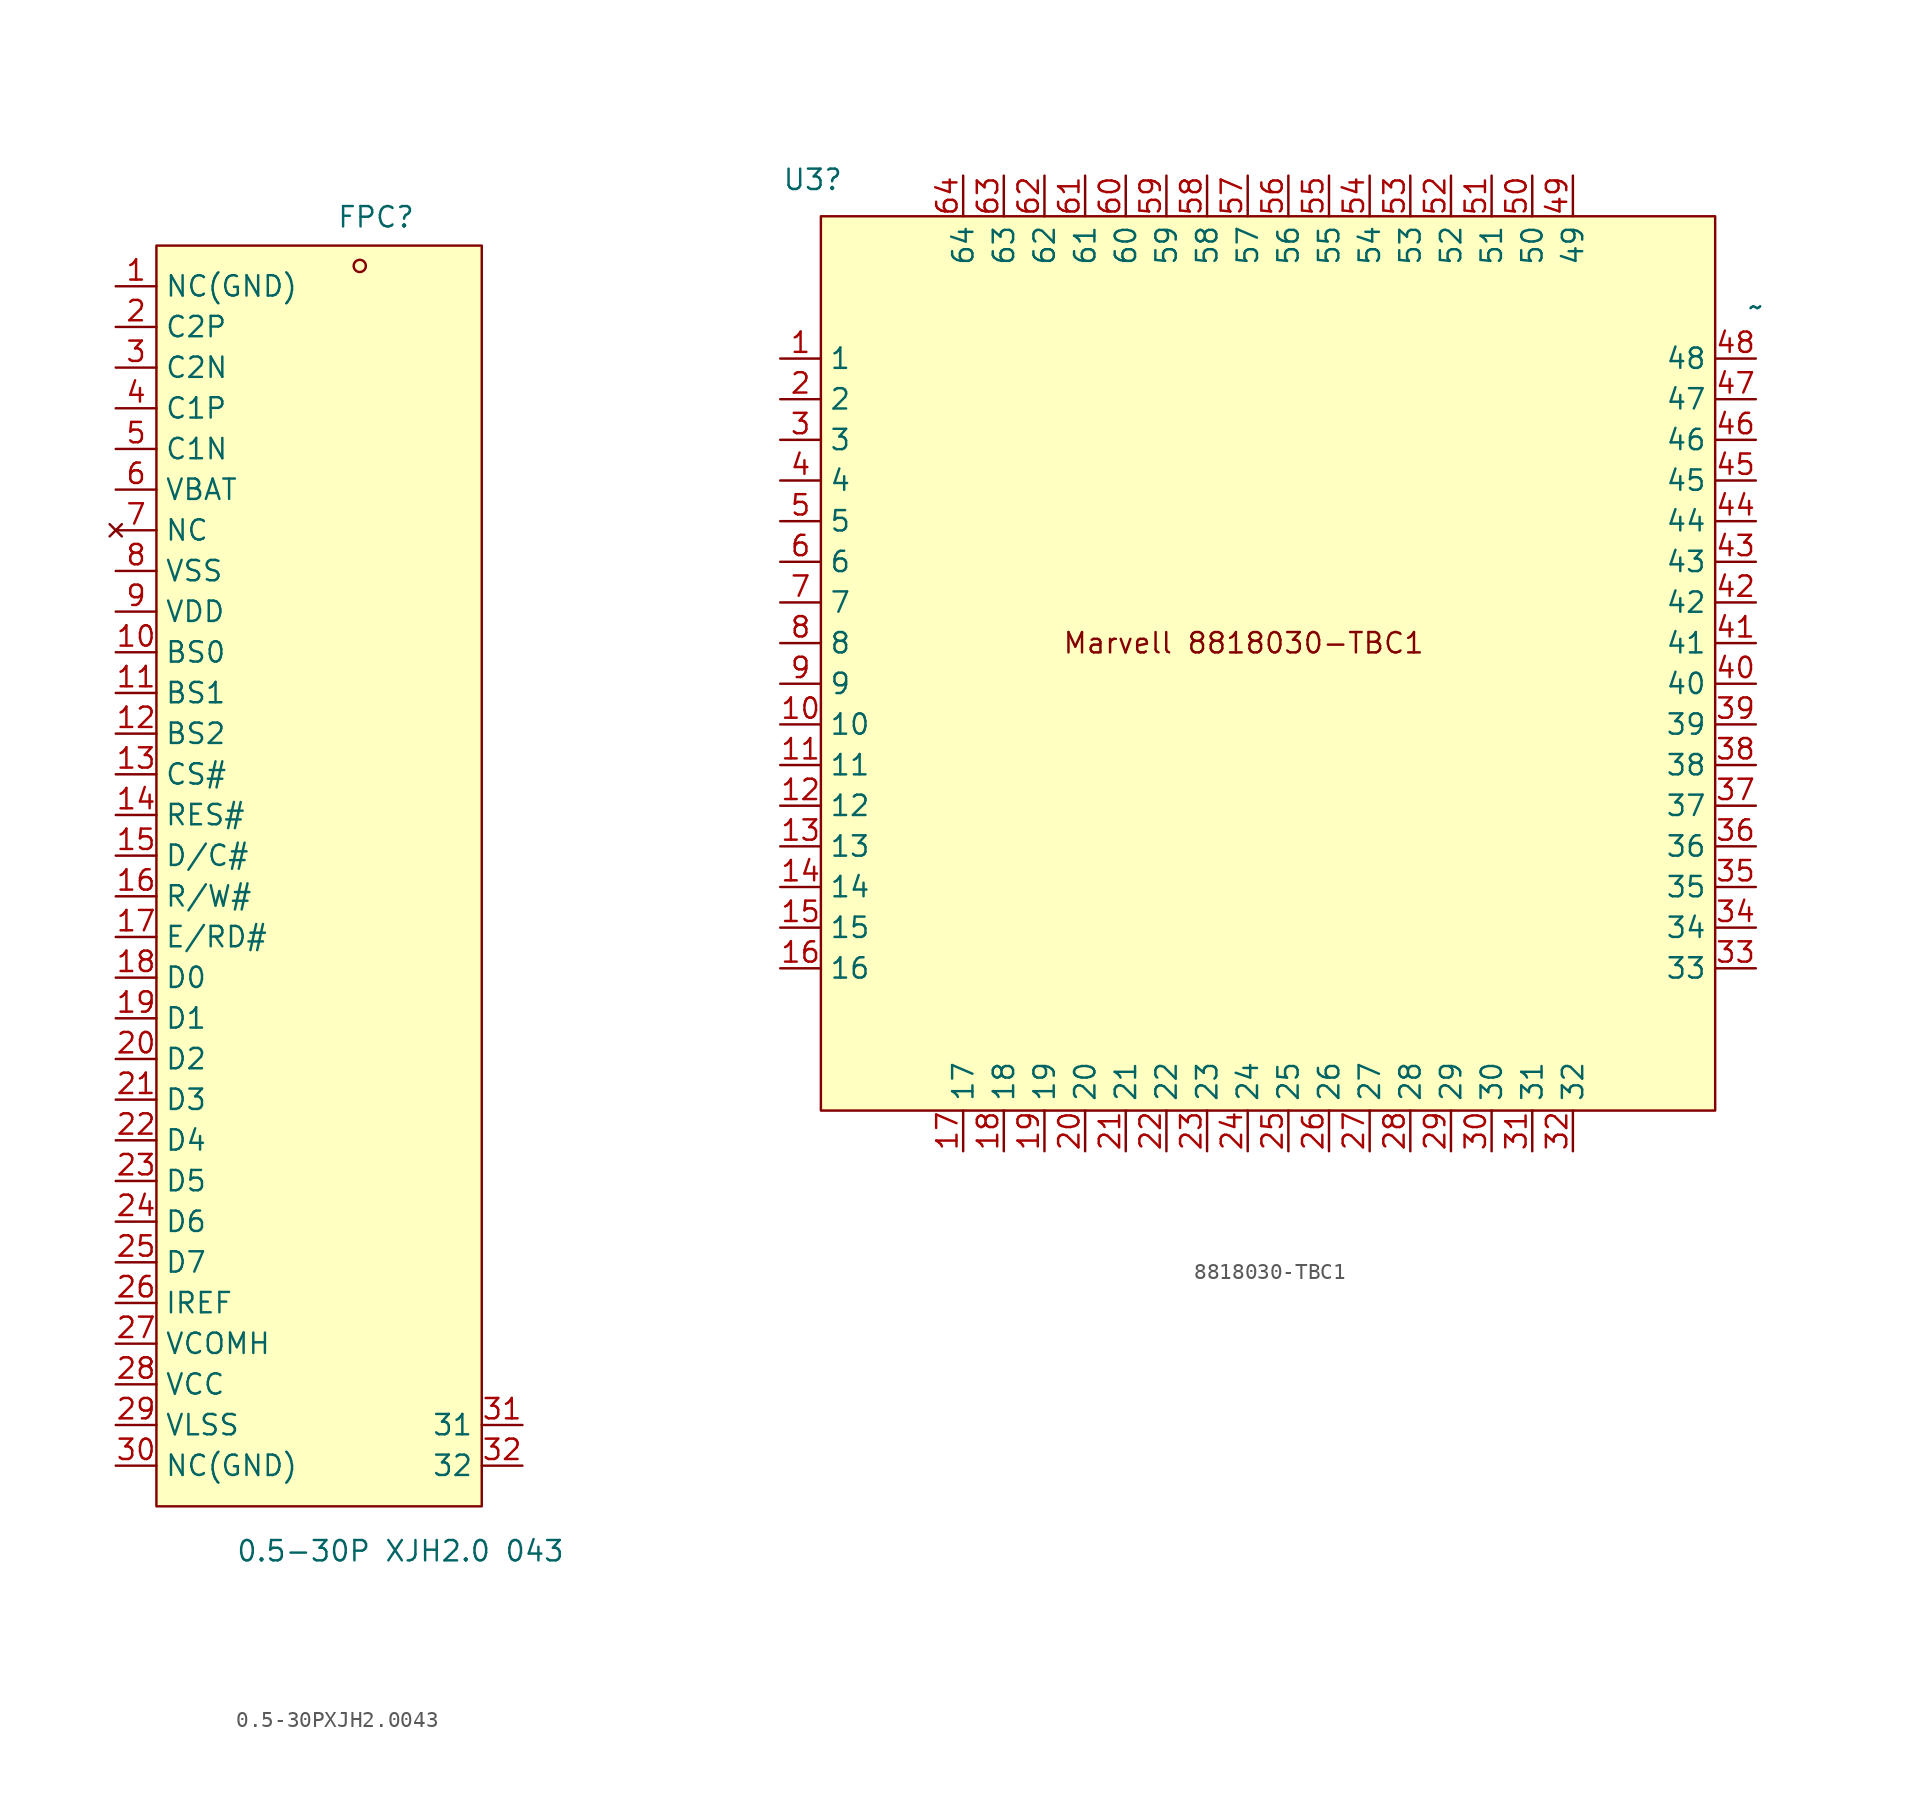
<source format=kicad_sym>
(kicad_symbol_lib
  (version 20241209)
  (generator "kicad_symbol_editor")
  (generator_version "9.0")
  (symbol "0.5-30PXJH2.0043"
    (property "Reference" "FPC"
      (at 2.286 41.148 0)
      (effects (font (size 1.27 1.27))))
    (property "Value" "0.5-30P XJH2.0 043"
      (at 3.81 -42.164 0)
      (effects (font (size 1.27 1.27))))
    (symbol "0.5-30PXJH2.0043_0_1"
      (rectangle (start -11.43 39.37) (end 8.89 -39.37) (stroke (width 0) (type default)) (fill (type background)))
      (circle (center 1.27 38.1) (radius 0.38) (stroke (width 0) (type default)) (fill (type none)))
      (pin unspecified line (at 11.43 -36.83 180) (length 2.54) (name "32" (effects (font (size 1.27 1.27)))) (number "32" (effects (font (size 1.27 1.27))))))
    (symbol "0.5-30PXJH2.0043_1_1"
      (pin unspecified line (at -13.97 36.83 0) (length 2.54) (name "NC(GND)" (effects (font (size 1.27 1.27)))) (number "1" (effects (font (size 1.27 1.27)))))
      (pin unspecified line (at -13.97 34.29 0) (length 2.54) (name "C2P" (effects (font (size 1.27 1.27)))) (number "2" (effects (font (size 1.27 1.27)))))
      (pin unspecified line (at -13.97 31.75 0) (length 2.54) (name "C2N" (effects (font (size 1.27 1.27)))) (number "3" (effects (font (size 1.27 1.27)))))
      (pin unspecified line (at -13.97 29.21 0) (length 2.54) (name "C1P" (effects (font (size 1.27 1.27)))) (number "4" (effects (font (size 1.27 1.27)))))
      (pin unspecified line (at -13.97 26.67 0) (length 2.54) (name "C1N" (effects (font (size 1.27 1.27)))) (number "5" (effects (font (size 1.27 1.27)))))
      (pin unspecified line (at -13.97 24.13 0) (length 2.54) (name "VBAT" (effects (font (size 1.27 1.27)))) (number "6" (effects (font (size 1.27 1.27)))))
      (pin no_connect line (at -13.97 21.59 0) (length 2.54) (name "NC" (effects (font (size 1.27 1.27)))) (number "7" (effects (font (size 1.27 1.27)))))
      (pin unspecified line (at -13.97 19.05 0) (length 2.54) (name "VSS" (effects (font (size 1.27 1.27)))) (number "8" (effects (font (size 1.27 1.27)))))
      (pin unspecified line (at -13.97 16.51 0) (length 2.54) (name "VDD" (effects (font (size 1.27 1.27)))) (number "9" (effects (font (size 1.27 1.27)))))
      (pin unspecified line (at -13.97 13.97 0) (length 2.54) (name "BS0" (effects (font (size 1.27 1.27)))) (number "10" (effects (font (size 1.27 1.27)))))
      (pin unspecified line (at -13.97 11.43 0) (length 2.54) (name "BS1" (effects (font (size 1.27 1.27)))) (number "11" (effects (font (size 1.27 1.27)))))
      (pin unspecified line (at -13.97 8.89 0) (length 2.54) (name "BS2" (effects (font (size 1.27 1.27)))) (number "12" (effects (font (size 1.27 1.27)))))
      (pin unspecified line (at -13.97 6.35 0) (length 2.54) (name "CS#" (effects (font (size 1.27 1.27)))) (number "13" (effects (font (size 1.27 1.27)))))
      (pin unspecified line (at -13.97 3.81 0) (length 2.54) (name "RES#" (effects (font (size 1.27 1.27)))) (number "14" (effects (font (size 1.27 1.27)))))
      (pin unspecified line (at -13.97 1.27 0) (length 2.54) (name "D/C#" (effects (font (size 1.27 1.27)))) (number "15" (effects (font (size 1.27 1.27)))))
      (pin unspecified line (at -13.97 -1.27 0) (length 2.54) (name "R/W#" (effects (font (size 1.27 1.27)))) (number "16" (effects (font (size 1.27 1.27)))))
      (pin unspecified line (at -13.97 -3.81 0) (length 2.54) (name "E/RD#" (effects (font (size 1.27 1.27)))) (number "17" (effects (font (size 1.27 1.27)))))
      (pin unspecified line (at -13.97 -6.35 0) (length 2.54) (name "D0" (effects (font (size 1.27 1.27)))) (number "18" (effects (font (size 1.27 1.27)))))
      (pin unspecified line (at -13.97 -8.89 0) (length 2.54) (name "D1" (effects (font (size 1.27 1.27)))) (number "19" (effects (font (size 1.27 1.27)))))
      (pin unspecified line (at -13.97 -11.43 0) (length 2.54) (name "D2" (effects (font (size 1.27 1.27)))) (number "20" (effects (font (size 1.27 1.27)))))
      (pin unspecified line (at -13.97 -13.97 0) (length 2.54) (name "D3" (effects (font (size 1.27 1.27)))) (number "21" (effects (font (size 1.27 1.27)))))
      (pin unspecified line (at -13.97 -16.51 0) (length 2.54) (name "D4" (effects (font (size 1.27 1.27)))) (number "22" (effects (font (size 1.27 1.27)))))
      (pin unspecified line (at -13.97 -19.05 0) (length 2.54) (name "D5" (effects (font (size 1.27 1.27)))) (number "23" (effects (font (size 1.27 1.27)))))
      (pin unspecified line (at -13.97 -21.59 0) (length 2.54) (name "D6" (effects (font (size 1.27 1.27)))) (number "24" (effects (font (size 1.27 1.27)))))
      (pin unspecified line (at -13.97 -24.13 0) (length 2.54) (name "D7" (effects (font (size 1.27 1.27)))) (number "25" (effects (font (size 1.27 1.27)))))
      (pin unspecified line (at -13.97 -26.67 0) (length 2.54) (name "IREF" (effects (font (size 1.27 1.27)))) (number "26" (effects (font (size 1.27 1.27)))))
      (pin unspecified line (at -13.97 -29.21 0) (length 2.54) (name "VCOMH" (effects (font (size 1.27 1.27)))) (number "27" (effects (font (size 1.27 1.27)))))
      (pin unspecified line (at -13.97 -31.75 0) (length 2.54) (name "VCC" (effects (font (size 1.27 1.27)))) (number "28" (effects (font (size 1.27 1.27)))))
      (pin unspecified line (at -13.97 -34.29 0) (length 2.54) (name "VLSS" (effects (font (size 1.27 1.27)))) (number "29" (effects (font (size 1.27 1.27)))))
      (pin unspecified line (at -13.97 -36.83 0) (length 2.54) (name "NC(GND)" (effects (font (size 1.27 1.27)))) (number "30" (effects (font (size 1.27 1.27)))))
      (pin passive line (at 11.43 -34.29 180) (length 2.54) (name "31" (effects (font (size 1.27 1.27)))) (number "31" (effects (font (size 1.27 1.27)))))))
  (symbol "8818030-TBC1"
    (property "Reference" "U3"
      (at -27.178 28.956 0)
      (effects (font (size 1.27 1.27))))
    (property "Value" "~"
      (at 31.75 21.025 0)
      (effects (font (size 1.27 1.27))))
    (symbol "8818030-TBC1_1_1"
      (rectangle (start -26.67 26.67) (end 29.21 -29.21) (stroke (width 0) (type solid)) (fill (type background)))
      (text "Marvell 8818030-TBC1" (at -0.254 0 0) (effects (font (size 1.27 1.27))))
      (pin input line (at -29.21 17.78 0) (length 2.54) (name "1" (effects (font (size 1.27 1.27)))) (number "1" (effects (font (size 1.27 1.27)))))
      (pin input line (at -29.21 15.24 0) (length 2.54) (name "2" (effects (font (size 1.27 1.27)))) (number "2" (effects (font (size 1.27 1.27)))))
      (pin input line (at -29.21 12.7 0) (length 2.54) (name "3" (effects (font (size 1.27 1.27)))) (number "3" (effects (font (size 1.27 1.27)))))
      (pin input line (at -29.21 10.16 0) (length 2.54) (name "4" (effects (font (size 1.27 1.27)))) (number "4" (effects (font (size 1.27 1.27)))))
      (pin input line (at -29.21 7.62 0) (length 2.54) (name "5" (effects (font (size 1.27 1.27)))) (number "5" (effects (font (size 1.27 1.27)))))
      (pin input line (at -29.21 5.08 0) (length 2.54) (name "6" (effects (font (size 1.27 1.27)))) (number "6" (effects (font (size 1.27 1.27)))))
      (pin input line (at -29.21 2.54 0) (length 2.54) (name "7" (effects (font (size 1.27 1.27)))) (number "7" (effects (font (size 1.27 1.27)))))
      (pin input line (at -29.21 0 0) (length 2.54) (name "8" (effects (font (size 1.27 1.27)))) (number "8" (effects (font (size 1.27 1.27)))))
      (pin input line (at -29.21 -2.54 0) (length 2.54) (name "9" (effects (font (size 1.27 1.27)))) (number "9" (effects (font (size 1.27 1.27)))))
      (pin input line (at -29.21 -5.08 0) (length 2.54) (name "10" (effects (font (size 1.27 1.27)))) (number "10" (effects (font (size 1.27 1.27)))))
      (pin input line (at -29.21 -7.62 0) (length 2.54) (name "11" (effects (font (size 1.27 1.27)))) (number "11" (effects (font (size 1.27 1.27)))))
      (pin input line (at -29.21 -10.16 0) (length 2.54) (name "12" (effects (font (size 1.27 1.27)))) (number "12" (effects (font (size 1.27 1.27)))))
      (pin input line (at -29.21 -12.7 0) (length 2.54) (name "13" (effects (font (size 1.27 1.27)))) (number "13" (effects (font (size 1.27 1.27)))))
      (pin input line (at -29.21 -15.24 0) (length 2.54) (name "14" (effects (font (size 1.27 1.27)))) (number "14" (effects (font (size 1.27 1.27)))))
      (pin input line (at -29.21 -17.78 0) (length 2.54) (name "15" (effects (font (size 1.27 1.27)))) (number "15" (effects (font (size 1.27 1.27)))))
      (pin input line (at -29.21 -20.32 0) (length 2.54) (name "16" (effects (font (size 1.27 1.27)))) (number "16" (effects (font (size 1.27 1.27)))))
      (pin input line (at -17.78 29.21 270) (length 2.54) (name "64" (effects (font (size 1.27 1.27)))) (number "64" (effects (font (size 1.27 1.27)))))
      (pin input line (at -17.78 -31.75 90) (length 2.54) (name "17" (effects (font (size 1.27 1.27)))) (number "17" (effects (font (size 1.27 1.27)))))
      (pin input line (at -15.24 29.21 270) (length 2.54) (name "63" (effects (font (size 1.27 1.27)))) (number "63" (effects (font (size 1.27 1.27)))))
      (pin input line (at -15.24 -31.75 90) (length 2.54) (name "18" (effects (font (size 1.27 1.27)))) (number "18" (effects (font (size 1.27 1.27)))))
      (pin input line (at -12.7 29.21 270) (length 2.54) (name "62" (effects (font (size 1.27 1.27)))) (number "62" (effects (font (size 1.27 1.27)))))
      (pin input line (at -12.7 -31.75 90) (length 2.54) (name "19" (effects (font (size 1.27 1.27)))) (number "19" (effects (font (size 1.27 1.27)))))
      (pin input line (at -10.16 29.21 270) (length 2.54) (name "61" (effects (font (size 1.27 1.27)))) (number "61" (effects (font (size 1.27 1.27)))))
      (pin input line (at -10.16 -31.75 90) (length 2.54) (name "20" (effects (font (size 1.27 1.27)))) (number "20" (effects (font (size 1.27 1.27)))))
      (pin input line (at -7.62 29.21 270) (length 2.54) (name "60" (effects (font (size 1.27 1.27)))) (number "60" (effects (font (size 1.27 1.27)))))
      (pin input line (at -7.62 -31.75 90) (length 2.54) (name "21" (effects (font (size 1.27 1.27)))) (number "21" (effects (font (size 1.27 1.27)))))
      (pin input line (at -5.08 29.21 270) (length 2.54) (name "59" (effects (font (size 1.27 1.27)))) (number "59" (effects (font (size 1.27 1.27)))))
      (pin input line (at -5.08 -31.75 90) (length 2.54) (name "22" (effects (font (size 1.27 1.27)))) (number "22" (effects (font (size 1.27 1.27)))))
      (pin input line (at -2.54 29.21 270) (length 2.54) (name "58" (effects (font (size 1.27 1.27)))) (number "58" (effects (font (size 1.27 1.27)))))
      (pin input line (at -2.54 -31.75 90) (length 2.54) (name "23" (effects (font (size 1.27 1.27)))) (number "23" (effects (font (size 1.27 1.27)))))
      (pin input line (at 0 29.21 270) (length 2.54) (name "57" (effects (font (size 1.27 1.27)))) (number "57" (effects (font (size 1.27 1.27)))))
      (pin input line (at 0 -31.75 90) (length 2.54) (name "24" (effects (font (size 1.27 1.27)))) (number "24" (effects (font (size 1.27 1.27)))))
      (pin input line (at 2.54 29.21 270) (length 2.54) (name "56" (effects (font (size 1.27 1.27)))) (number "56" (effects (font (size 1.27 1.27)))))
      (pin input line (at 2.54 -31.75 90) (length 2.54) (name "25" (effects (font (size 1.27 1.27)))) (number "25" (effects (font (size 1.27 1.27)))))
      (pin input line (at 5.08 29.21 270) (length 2.54) (name "55" (effects (font (size 1.27 1.27)))) (number "55" (effects (font (size 1.27 1.27)))))
      (pin input line (at 5.08 -31.75 90) (length 2.54) (name "26" (effects (font (size 1.27 1.27)))) (number "26" (effects (font (size 1.27 1.27)))))
      (pin input line (at 7.62 29.21 270) (length 2.54) (name "54" (effects (font (size 1.27 1.27)))) (number "54" (effects (font (size 1.27 1.27)))))
      (pin input line (at 7.62 -31.75 90) (length 2.54) (name "27" (effects (font (size 1.27 1.27)))) (number "27" (effects (font (size 1.27 1.27)))))
      (pin input line (at 10.16 29.21 270) (length 2.54) (name "53" (effects (font (size 1.27 1.27)))) (number "53" (effects (font (size 1.27 1.27)))))
      (pin input line (at 10.16 -31.75 90) (length 2.54) (name "28" (effects (font (size 1.27 1.27)))) (number "28" (effects (font (size 1.27 1.27)))))
      (pin input line (at 12.7 29.21 270) (length 2.54) (name "52" (effects (font (size 1.27 1.27)))) (number "52" (effects (font (size 1.27 1.27)))))
      (pin input line (at 12.7 -31.75 90) (length 2.54) (name "29" (effects (font (size 1.27 1.27)))) (number "29" (effects (font (size 1.27 1.27)))))
      (pin input line (at 15.24 29.21 270) (length 2.54) (name "51" (effects (font (size 1.27 1.27)))) (number "51" (effects (font (size 1.27 1.27)))))
      (pin input line (at 15.24 -31.75 90) (length 2.54) (name "30" (effects (font (size 1.27 1.27)))) (number "30" (effects (font (size 1.27 1.27)))))
      (pin input line (at 17.78 29.21 270) (length 2.54) (name "50" (effects (font (size 1.27 1.27)))) (number "50" (effects (font (size 1.27 1.27)))))
      (pin input line (at 17.78 -31.75 90) (length 2.54) (name "31" (effects (font (size 1.27 1.27)))) (number "31" (effects (font (size 1.27 1.27)))))
      (pin input line (at 20.32 29.21 270) (length 2.54) (name "49" (effects (font (size 1.27 1.27)))) (number "49" (effects (font (size 1.27 1.27)))))
      (pin input line (at 20.32 -31.75 90) (length 2.54) (name "32" (effects (font (size 1.27 1.27)))) (number "32" (effects (font (size 1.27 1.27)))))
      (pin input line (at 31.75 17.78 180) (length 2.54) (name "48" (effects (font (size 1.27 1.27)))) (number "48" (effects (font (size 1.27 1.27)))))
      (pin input line (at 31.75 15.24 180) (length 2.54) (name "47" (effects (font (size 1.27 1.27)))) (number "47" (effects (font (size 1.27 1.27)))))
      (pin input line (at 31.75 12.7 180) (length 2.54) (name "46" (effects (font (size 1.27 1.27)))) (number "46" (effects (font (size 1.27 1.27)))))
      (pin input line (at 31.75 10.16 180) (length 2.54) (name "45" (effects (font (size 1.27 1.27)))) (number "45" (effects (font (size 1.27 1.27)))))
      (pin input line (at 31.75 7.62 180) (length 2.54) (name "44" (effects (font (size 1.27 1.27)))) (number "44" (effects (font (size 1.27 1.27)))))
      (pin input line (at 31.75 5.08 180) (length 2.54) (name "43" (effects (font (size 1.27 1.27)))) (number "43" (effects (font (size 1.27 1.27)))))
      (pin input line (at 31.75 2.54 180) (length 2.54) (name "42" (effects (font (size 1.27 1.27)))) (number "42" (effects (font (size 1.27 1.27)))))
      (pin input line (at 31.75 0 180) (length 2.54) (name "41" (effects (font (size 1.27 1.27)))) (number "41" (effects (font (size 1.27 1.27)))))
      (pin input line (at 31.75 -2.54 180) (length 2.54) (name "40" (effects (font (size 1.27 1.27)))) (number "40" (effects (font (size 1.27 1.27)))))
      (pin input line (at 31.75 -5.08 180) (length 2.54) (name "39" (effects (font (size 1.27 1.27)))) (number "39" (effects (font (size 1.27 1.27)))))
      (pin input line (at 31.75 -7.62 180) (length 2.54) (name "38" (effects (font (size 1.27 1.27)))) (number "38" (effects (font (size 1.27 1.27)))))
      (pin input line (at 31.75 -10.16 180) (length 2.54) (name "37" (effects (font (size 1.27 1.27)))) (number "37" (effects (font (size 1.27 1.27)))))
      (pin input line (at 31.75 -12.7 180) (length 2.54) (name "36" (effects (font (size 1.27 1.27)))) (number "36" (effects (font (size 1.27 1.27)))))
      (pin input line (at 31.75 -15.24 180) (length 2.54) (name "35" (effects (font (size 1.27 1.27)))) (number "35" (effects (font (size 1.27 1.27)))))
      (pin input line (at 31.75 -17.78 180) (length 2.54) (name "34" (effects (font (size 1.27 1.27)))) (number "34" (effects (font (size 1.27 1.27)))))
      (pin input line (at 31.75 -20.32 180) (length 2.54) (name "33" (effects (font (size 1.27 1.27)))) (number "33" (effects (font (size 1.27 1.27))))))))
</source>
